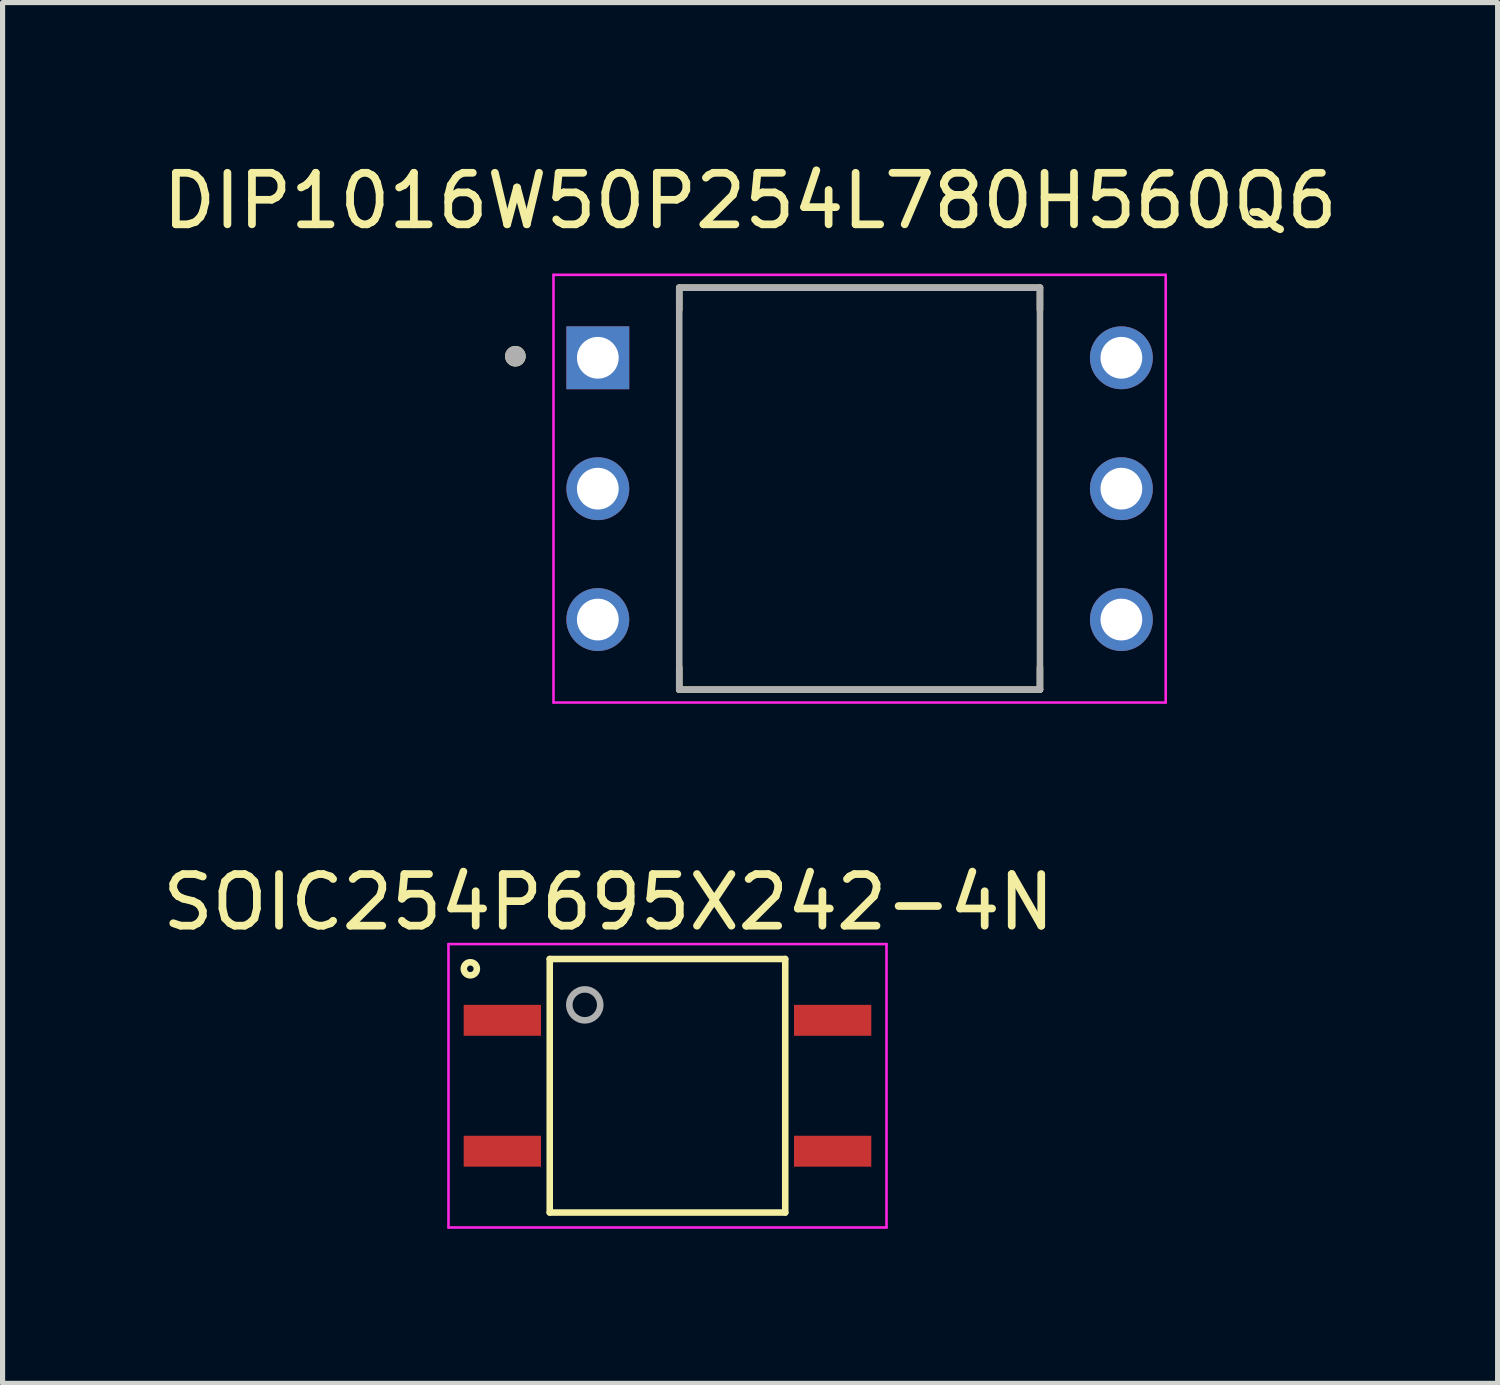
<source format=kicad_pcb>
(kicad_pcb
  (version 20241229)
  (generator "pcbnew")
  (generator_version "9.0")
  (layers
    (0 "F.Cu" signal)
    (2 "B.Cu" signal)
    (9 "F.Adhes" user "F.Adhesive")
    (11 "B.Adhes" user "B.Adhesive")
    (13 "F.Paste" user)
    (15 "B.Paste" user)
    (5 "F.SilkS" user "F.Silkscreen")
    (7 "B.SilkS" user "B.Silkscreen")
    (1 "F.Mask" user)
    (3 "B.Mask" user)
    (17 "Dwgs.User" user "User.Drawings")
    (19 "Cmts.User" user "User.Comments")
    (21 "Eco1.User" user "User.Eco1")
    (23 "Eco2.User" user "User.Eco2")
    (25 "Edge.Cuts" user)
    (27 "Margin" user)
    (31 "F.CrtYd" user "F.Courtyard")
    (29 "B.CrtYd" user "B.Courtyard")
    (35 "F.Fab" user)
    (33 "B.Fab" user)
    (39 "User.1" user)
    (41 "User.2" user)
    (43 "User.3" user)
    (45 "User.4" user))
  (footprint "DIP1016W50P254L780H560Q6"
    (layer "F.Cu")
    (at 13.631 6.433)
    (property "Reference" "DIP1016W50P254L780H560Q6" (at -2.125 -5.585 0) (layer "F.SilkS") (effects (font (size 1 1) (thickness 0.15))))
    (attr through_hole)
    (fp_line (start -3.5 -3.9) (end -3.5 -3.47) (stroke (width 0.127) (type solid)) (layer "F.SilkS"))
    (fp_line (start -3.5 3.9) (end -3.5 3.47) (stroke (width 0.127) (type solid)) (layer "F.SilkS"))
    (fp_line (start -3.5 3.9) (end 3.5 3.9) (stroke (width 0.127) (type solid)) (layer "F.SilkS"))
    (fp_line (start 3.5 -3.9) (end -3.5 -3.9) (stroke (width 0.127) (type solid)) (layer "F.SilkS"))
    (fp_line (start 3.5 -3.9) (end 3.5 -3.47) (stroke (width 0.127) (type solid)) (layer "F.SilkS"))
    (fp_line (start 3.5 3.9) (end 3.5 3.47) (stroke (width 0.127) (type solid)) (layer "F.SilkS"))
    (fp_circle (center -6.68 -2.57) (end -6.58 -2.57) (stroke (width 0.2) (type solid)) (fill no) (layer "F.SilkS"))
    (fp_line (start -5.94 -4.15) (end -5.94 4.15) (stroke (width 0.05) (type solid)) (layer "F.CrtYd"))
    (fp_line (start -5.94 4.15) (end 5.94 4.15) (stroke (width 0.05) (type solid)) (layer "F.CrtYd"))
    (fp_line (start 5.94 -4.15) (end -5.94 -4.15) (stroke (width 0.05) (type solid)) (layer "F.CrtYd"))
    (fp_line (start 5.94 4.15) (end 5.94 -4.15) (stroke (width 0.05) (type solid)) (layer "F.CrtYd"))
    (fp_line (start -3.5 -3.9) (end -3.5 3.9) (stroke (width 0.127) (type solid)) (layer "F.Fab"))
    (fp_line (start -3.5 3.9) (end 3.5 3.9) (stroke (width 0.127) (type solid)) (layer "F.Fab"))
    (fp_line (start 3.5 -3.9) (end -3.5 -3.9) (stroke (width 0.127) (type solid)) (layer "F.Fab"))
    (fp_line (start 3.5 3.9) (end 3.5 -3.9) (stroke (width 0.127) (type solid)) (layer "F.Fab"))
    (fp_circle (center -6.68 -2.57) (end -6.58 -2.57) (stroke (width 0.2) (type solid)) (fill no) (layer "F.Fab"))
    (pad "1" thru_hole rect (at -5.08 -2.54) (size 1.22 1.22) (drill 0.81) (layers "*.Cu" "*.Mask"))
    (pad "2" thru_hole circle (at -5.08 0) (size 1.22 1.22) (drill 0.81) (layers "*.Cu" "*.Mask"))
    (pad "3" thru_hole circle (at -5.08 2.54) (size 1.22 1.22) (drill 0.81) (layers "*.Cu" "*.Mask"))
    (pad "4" thru_hole circle (at 5.08 2.54) (size 1.22 1.22) (drill 0.81) (layers "*.Cu" "*.Mask"))
    (pad "5" thru_hole circle (at 5.08 0) (size 1.22 1.22) (drill 0.81) (layers "*.Cu" "*.Mask"))
    (pad "6" thru_hole circle (at 5.08 -2.54) (size 1.22 1.22) (drill 0.81) (layers "*.Cu" "*.Mask")))
  (footprint "SOIC254P695X242-4N"
    (layer "F.Cu")
    (at 9.903 18.02)
    (property "Reference" "SOIC254P695X242-4N" (at -1.145 -3.562 0) (layer "F.SilkS") (effects (font (size 1.002 1.002) (thickness 0.15))))
    (attr through_hole)
    (fp_line (start -2.285 -2.46) (end 2.285 -2.46) (stroke (width 0.127) (type solid)) (layer "F.SilkS"))
    (fp_line (start -2.285 2.46) (end -2.285 -2.46) (stroke (width 0.127) (type solid)) (layer "F.SilkS"))
    (fp_line (start 2.285 -2.46) (end 2.285 2.46) (stroke (width 0.127) (type solid)) (layer "F.SilkS"))
    (fp_line (start 2.285 2.46) (end -2.285 2.46) (stroke (width 0.127) (type solid)) (layer "F.SilkS"))
    (fp_circle (center -3.826 -2.27) (end -3.699 -2.27) (stroke (width 0.127) (type solid)) (fill no) (layer "F.SilkS"))
    (fp_line (start -4.25 -2.75) (end 4.25 -2.75) (stroke (width 0.05) (type solid)) (layer "F.CrtYd"))
    (fp_line (start -4.25 2.75) (end -4.25 -2.75) (stroke (width 0.05) (type solid)) (layer "F.CrtYd"))
    (fp_line (start 4.25 -2.75) (end 4.25 2.75) (stroke (width 0.05) (type solid)) (layer "F.CrtYd"))
    (fp_line (start 4.25 2.75) (end -4.25 2.75) (stroke (width 0.05) (type solid)) (layer "F.CrtYd"))
    (fp_circle (center -1.605 -1.57) (end -1.305 -1.57) (stroke (width 0.127) (type solid)) (fill no) (layer "F.Fab"))
    (pad "1" smd rect (at -3.205 -1.27) (size 1.5 0.6) (layers "F.Cu" "F.Mask" "F.Paste"))
    (pad "2" smd rect (at -3.205 1.27) (size 1.5 0.6) (layers "F.Cu" "F.Mask" "F.Paste"))
    (pad "3" smd rect (at 3.205 1.27) (size 1.5 0.6) (layers "F.Cu" "F.Mask" "F.Paste"))
    (pad "4" smd rect (at 3.205 -1.27) (size 1.5 0.6) (layers "F.Cu" "F.Mask" "F.Paste")))
  (gr_rect
    (start -3 -3)
    (end 26.012 23.795)
    (stroke (width 0.1) (type default))
    (fill no)
    (layer "Edge.Cuts")))
</source>
